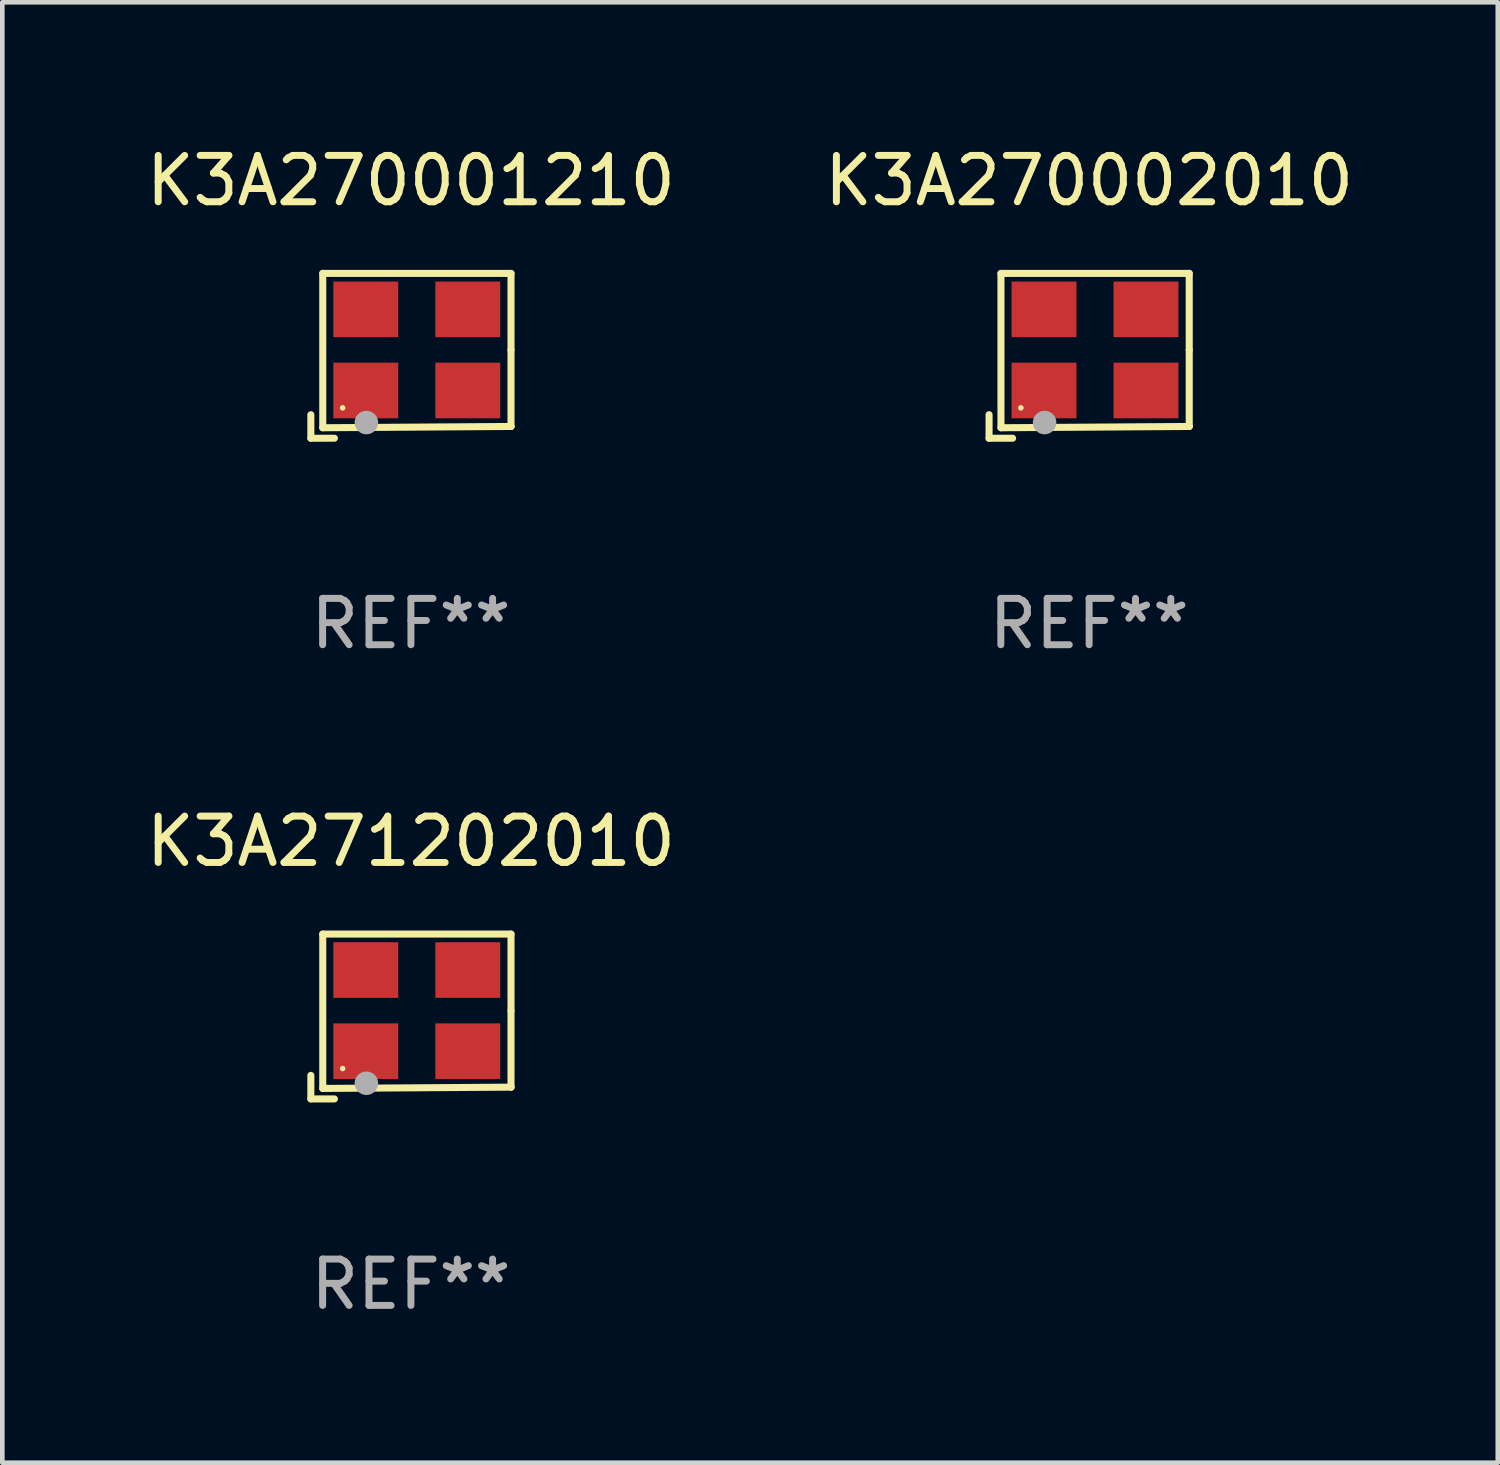
<source format=kicad_pcb>
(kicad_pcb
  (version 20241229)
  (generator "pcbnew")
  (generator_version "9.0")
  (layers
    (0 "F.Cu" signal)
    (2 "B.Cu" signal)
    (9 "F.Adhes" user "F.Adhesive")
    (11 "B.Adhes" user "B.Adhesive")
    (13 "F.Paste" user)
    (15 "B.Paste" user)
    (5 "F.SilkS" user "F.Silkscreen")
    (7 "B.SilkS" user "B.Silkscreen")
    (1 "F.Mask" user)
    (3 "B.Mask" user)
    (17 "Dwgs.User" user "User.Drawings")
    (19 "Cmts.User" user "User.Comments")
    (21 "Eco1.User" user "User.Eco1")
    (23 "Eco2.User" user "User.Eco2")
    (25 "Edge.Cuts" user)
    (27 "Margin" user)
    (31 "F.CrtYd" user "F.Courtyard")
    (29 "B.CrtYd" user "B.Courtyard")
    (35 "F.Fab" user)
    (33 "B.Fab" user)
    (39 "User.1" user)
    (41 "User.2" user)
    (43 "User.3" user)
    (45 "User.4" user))
  (footprint "K3A270001210"
    (layer "F.Cu")
    (at 5.815 4.626)
    (property "Reference" "K3A270001210" (at 0 -3.778 0) (layer "F.SilkS") (effects (font (size 1 1) (thickness 0.15))))
    (attr through_hole)
    (fp_line (start -2.159 1.27) (end -2.159 1.778) (stroke (width 0.152) (type solid)) (layer "F.SilkS"))
    (fp_line (start -2.159 1.778) (end -1.651 1.778) (stroke (width 0.152) (type solid)) (layer "F.SilkS"))
    (fp_line (start -1.902 -1.778) (end 2.159 -1.778) (stroke (width 0.152) (type solid)) (layer "F.SilkS"))
    (fp_line (start -1.902 1.552) (end -1.902 -1.778) (stroke (width 0.152) (type solid)) (layer "F.SilkS"))
    (fp_line (start 2.159 -1.778) (end 2.159 -0.127) (stroke (width 0.152) (type solid)) (layer "F.SilkS"))
    (fp_line (start 2.159 -0.127) (end 2.159 1.524) (stroke (width 0.152) (type solid)) (layer "F.SilkS"))
    (fp_line (start 2.159 1.524) (end -1.902 1.552) (stroke (width 0.152) (type solid)) (layer "F.SilkS"))
    (fp_line (start 2.159 1.524) (end 2.159 1.524) (stroke (width 0.152) (type solid)) (layer "F.SilkS"))
    (fp_circle (center -1.473 1.123) (end -1.443 1.123) (stroke (width 0.06) (type solid)) (fill no) (layer "F.SilkS"))
    (fp_circle (center -0.961 1.44) (end -0.834 1.44) (stroke (width 0.254) (type solid)) (fill no) (layer "F.Fab"))
    (fp_text user "REF**" (at 0 5.778 0) (layer "F.Fab") (effects (font (size 1 1) (thickness 0.15))))
    (pad "1" smd rect (at -0.973 0.748) (size 1.4 1.2) (layers "F.Cu" "F.Mask" "F.Paste"))
    (pad "2" smd rect (at 1.227 0.748) (size 1.4 1.2) (layers "F.Cu" "F.Mask" "F.Paste"))
    (pad "3" smd rect (at 1.227 -1.002) (size 1.4 1.2) (layers "F.Cu" "F.Mask" "F.Paste"))
    (pad "4" smd rect (at -0.973 -1.002) (size 1.4 1.2) (layers "F.Cu" "F.Mask" "F.Paste")))
  (footprint "K3A270002010"
    (layer "F.Cu")
    (at 20.446 4.626)
    (property "Reference" "K3A270002010" (at 0 -3.778 0) (layer "F.SilkS") (effects (font (size 1 1) (thickness 0.15))))
    (attr through_hole)
    (fp_line (start -2.159 1.27) (end -2.159 1.778) (stroke (width 0.152) (type solid)) (layer "F.SilkS"))
    (fp_line (start -2.159 1.778) (end -1.651 1.778) (stroke (width 0.152) (type solid)) (layer "F.SilkS"))
    (fp_line (start -1.902 -1.778) (end 2.159 -1.778) (stroke (width 0.152) (type solid)) (layer "F.SilkS"))
    (fp_line (start -1.902 1.552) (end -1.902 -1.778) (stroke (width 0.152) (type solid)) (layer "F.SilkS"))
    (fp_line (start 2.159 -1.778) (end 2.159 -0.127) (stroke (width 0.152) (type solid)) (layer "F.SilkS"))
    (fp_line (start 2.159 -0.127) (end 2.159 1.524) (stroke (width 0.152) (type solid)) (layer "F.SilkS"))
    (fp_line (start 2.159 1.524) (end -1.902 1.552) (stroke (width 0.152) (type solid)) (layer "F.SilkS"))
    (fp_line (start 2.159 1.524) (end 2.159 1.524) (stroke (width 0.152) (type solid)) (layer "F.SilkS"))
    (fp_circle (center -1.473 1.123) (end -1.443 1.123) (stroke (width 0.06) (type solid)) (fill no) (layer "F.SilkS"))
    (fp_circle (center -0.961 1.44) (end -0.834 1.44) (stroke (width 0.254) (type solid)) (fill no) (layer "F.Fab"))
    (fp_text user "REF**" (at 0 5.778 0) (layer "F.Fab") (effects (font (size 1 1) (thickness 0.15))))
    (pad "1" smd rect (at -0.973 0.748) (size 1.4 1.2) (layers "F.Cu" "F.Mask" "F.Paste"))
    (pad "2" smd rect (at 1.227 0.748) (size 1.4 1.2) (layers "F.Cu" "F.Mask" "F.Paste"))
    (pad "3" smd rect (at 1.227 -1.002) (size 1.4 1.2) (layers "F.Cu" "F.Mask" "F.Paste"))
    (pad "4" smd rect (at -0.973 -1.002) (size 1.4 1.2) (layers "F.Cu" "F.Mask" "F.Paste")))
  (footprint "K3A271202010"
    (layer "F.Cu")
    (at 5.815 18.879)
    (property "Reference" "K3A271202010" (at 0 -3.778 0) (layer "F.SilkS") (effects (font (size 1 1) (thickness 0.15))))
    (attr through_hole)
    (fp_line (start -2.159 1.27) (end -2.159 1.778) (stroke (width 0.152) (type solid)) (layer "F.SilkS"))
    (fp_line (start -2.159 1.778) (end -1.651 1.778) (stroke (width 0.152) (type solid)) (layer "F.SilkS"))
    (fp_line (start -1.902 -1.778) (end 2.159 -1.778) (stroke (width 0.152) (type solid)) (layer "F.SilkS"))
    (fp_line (start -1.902 1.552) (end -1.902 -1.778) (stroke (width 0.152) (type solid)) (layer "F.SilkS"))
    (fp_line (start 2.159 -1.778) (end 2.159 -0.127) (stroke (width 0.152) (type solid)) (layer "F.SilkS"))
    (fp_line (start 2.159 -0.127) (end 2.159 1.524) (stroke (width 0.152) (type solid)) (layer "F.SilkS"))
    (fp_line (start 2.159 1.524) (end -1.902 1.552) (stroke (width 0.152) (type solid)) (layer "F.SilkS"))
    (fp_line (start 2.159 1.524) (end 2.159 1.524) (stroke (width 0.152) (type solid)) (layer "F.SilkS"))
    (fp_circle (center -1.473 1.123) (end -1.443 1.123) (stroke (width 0.06) (type solid)) (fill no) (layer "F.SilkS"))
    (fp_circle (center -0.961 1.44) (end -0.834 1.44) (stroke (width 0.254) (type solid)) (fill no) (layer "F.Fab"))
    (fp_text user "REF**" (at 0 5.778 0) (layer "F.Fab") (effects (font (size 1 1) (thickness 0.15))))
    (pad "1" smd rect (at -0.973 0.748) (size 1.4 1.2) (layers "F.Cu" "F.Mask" "F.Paste"))
    (pad "2" smd rect (at 1.227 0.748) (size 1.4 1.2) (layers "F.Cu" "F.Mask" "F.Paste"))
    (pad "3" smd rect (at 1.227 -1.002) (size 1.4 1.2) (layers "F.Cu" "F.Mask" "F.Paste"))
    (pad "4" smd rect (at -0.973 -1.002) (size 1.4 1.2) (layers "F.Cu" "F.Mask" "F.Paste")))
  (gr_rect
    (start -3 -3)
    (end 29.262 28.505)
    (stroke (width 0.1) (type default))
    (fill no)
    (layer "Edge.Cuts")))
</source>
